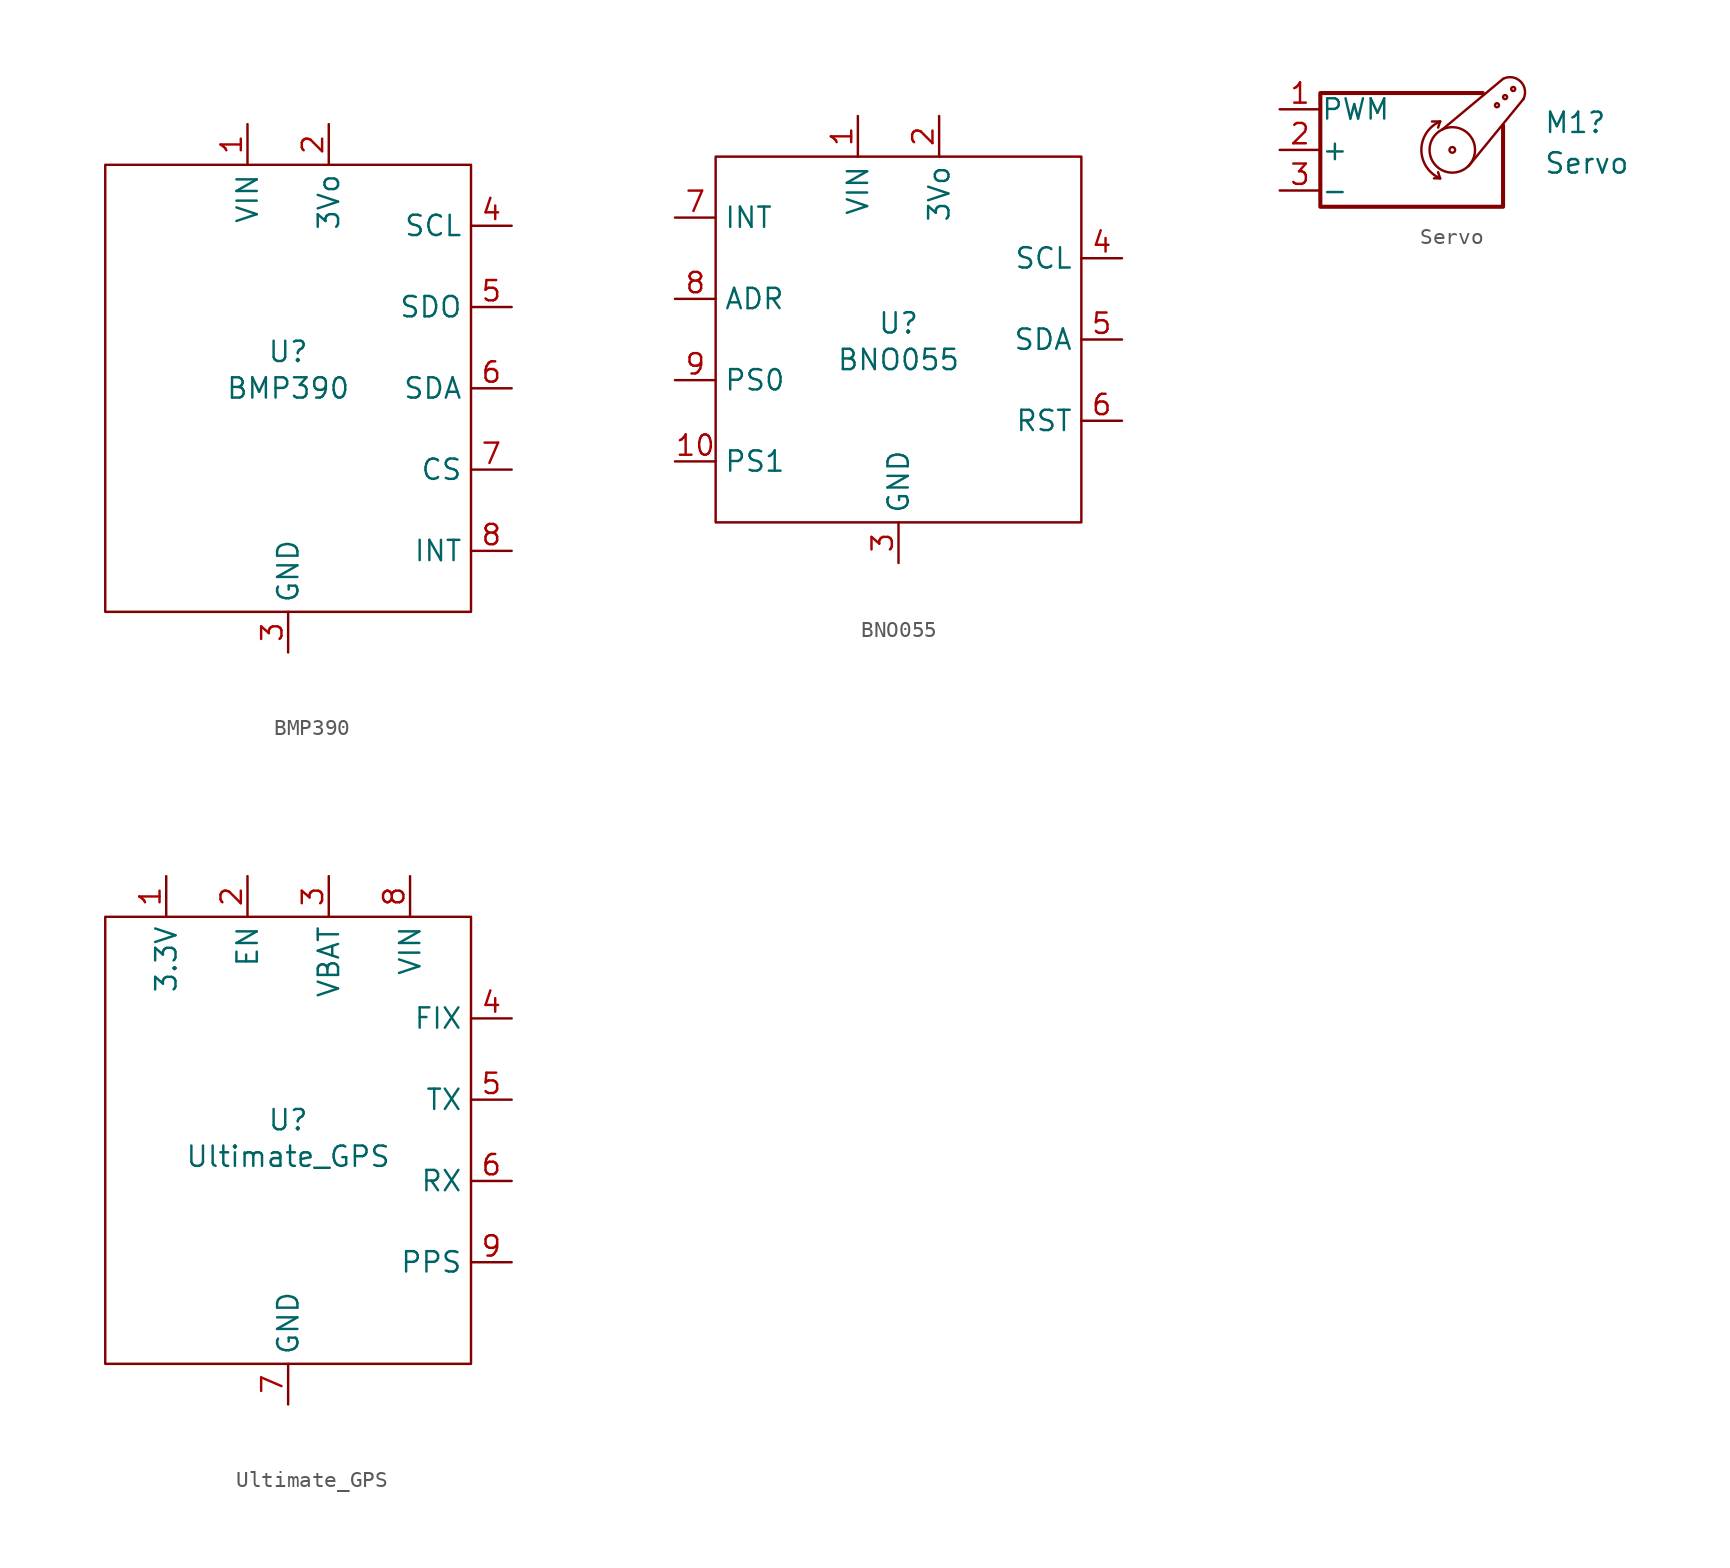
<source format=kicad_sym>
(kicad_symbol_lib
  (version 20241209)
  (generator "kicad_symbol_editor")
  (generator_version "9.0")
  (symbol "BMP390"
    (property "Reference" "U"
      (at 0 2.286 0)
      (effects (font (size 1.27 1.27))))
    (property "Value" "BMP390"
      (at 0 0 0)
      (effects (font (size 1.27 1.27))))
    (symbol "BMP390_0_1"
      (rectangle (start -11.43 13.97) (end 11.43 -13.97) (stroke (width 0) (type default)) (fill (type none))))
    (symbol "BMP390_1_1"
      (pin power_in line (at -2.54 16.51 270) (length 2.54) (name "VIN" (effects (font (size 1.27 1.27)))) (number "1" (effects (font (size 1.27 1.27)))))
      (pin power_in line (at 0 -16.51 90) (length 2.54) (name "GND" (effects (font (size 1.27 1.27)))) (number "3" (effects (font (size 1.27 1.27)))))
      (pin power_out line (at 2.54 16.51 270) (length 2.54) (name "3Vo" (effects (font (size 1.27 1.27)))) (number "2" (effects (font (size 1.27 1.27)))))
      (pin input line (at 13.97 10.16 180) (length 2.54) (name "SCL" (effects (font (size 1.27 1.27)))) (number "4" (effects (font (size 1.27 1.27)))))
      (pin input line (at 13.97 5.08 180) (length 2.54) (name "SDO" (effects (font (size 1.27 1.27)))) (number "5" (effects (font (size 1.27 1.27)))))
      (pin input line (at 13.97 0 180) (length 2.54) (name "SDA" (effects (font (size 1.27 1.27)))) (number "6" (effects (font (size 1.27 1.27)))))
      (pin input line (at 13.97 -5.08 180) (length 2.54) (name "CS" (effects (font (size 1.27 1.27)))) (number "7" (effects (font (size 1.27 1.27)))))
      (pin input line (at 13.97 -10.16 180) (length 2.54) (name "INT" (effects (font (size 1.27 1.27)))) (number "8" (effects (font (size 1.27 1.27)))))))
  (symbol "BNO055"
    (property "Reference" "U"
      (at 0 1.016 0)
      (effects (font (size 1.27 1.27))))
    (property "Value" "BNO055"
      (at 0 -1.27 0)
      (effects (font (size 1.27 1.27))))
    (symbol "BNO055_0_1"
      (rectangle (start -11.43 11.43) (end 11.43 -11.43) (stroke (width 0) (type default)) (fill (type none))))
    (symbol "BNO055_1_1"
      (pin bidirectional line (at -13.97 7.62 0) (length 2.54) (name "INT" (effects (font (size 1.27 1.27)))) (number "7" (effects (font (size 1.27 1.27)))))
      (pin bidirectional line (at -13.97 2.54 0) (length 2.54) (name "ADR" (effects (font (size 1.27 1.27)))) (number "8" (effects (font (size 1.27 1.27)))))
      (pin bidirectional line (at -13.97 -2.54 0) (length 2.54) (name "PS0" (effects (font (size 1.27 1.27)))) (number "9" (effects (font (size 1.27 1.27)))))
      (pin bidirectional line (at -13.97 -7.62 0) (length 2.54) (name "PS1" (effects (font (size 1.27 1.27)))) (number "10" (effects (font (size 1.27 1.27)))))
      (pin power_in line (at -2.54 13.97 270) (length 2.54) (name "VIN" (effects (font (size 1.27 1.27)))) (number "1" (effects (font (size 1.27 1.27)))))
      (pin power_in line (at 0 -13.97 90) (length 2.54) (name "GND" (effects (font (size 1.27 1.27)))) (number "3" (effects (font (size 1.27 1.27)))))
      (pin power_out line (at 2.54 13.97 270) (length 2.54) (name "3Vo" (effects (font (size 1.27 1.27)))) (number "2" (effects (font (size 1.27 1.27)))))
      (pin bidirectional line (at 13.97 5.08 180) (length 2.54) (name "SCL" (effects (font (size 1.27 1.27)))) (number "4" (effects (font (size 1.27 1.27)))))
      (pin bidirectional line (at 13.97 0 180) (length 2.54) (name "SDA" (effects (font (size 1.27 1.27)))) (number "5" (effects (font (size 1.27 1.27)))))
      (pin bidirectional line (at 13.97 -5.08 180) (length 2.54) (name "RST" (effects (font (size 1.27 1.27)))) (number "6" (effects (font (size 1.27 1.27)))))))
  (symbol "Servo"
    (pin_names
      (offset 0.025))
    (property "Reference" "M1"
      (at 8.89 1.703 0)
      (effects (font (size 1.27 1.27)) (justify left)))
    (property "Value" "Servo"
      (at 8.89 -0.837 0)
      (effects (font (size 1.27 1.27)) (justify left)))
    (symbol "Servo_0_1"
      (polyline (pts (xy 2.413 1.778) (xy 1.905 1.778)) (stroke (width 0) (type default)) (fill (type none)))
      (polyline (pts (xy 2.413 1.778) (xy 2.286 1.397)) (stroke (width 0) (type default)) (fill (type none)))
      (polyline (pts (xy 2.413 -1.778) (xy 2.032 -1.778)) (stroke (width 0) (type default)) (fill (type none)))
      (polyline (pts (xy 2.413 -1.778) (xy 2.286 -1.397)) (stroke (width 0) (type default)) (fill (type none)))
      (arc (start 2.413 -1.778) (mid 1.2406 0) (end 2.413 1.778) (stroke (width 0) (type default)) (fill (type none)))
      (circle (center 3.175 0) (radius 0.178) (stroke (width 0) (type default)) (fill (type none)))
      (circle (center 3.175 0) (radius 1.422) (stroke (width 0) (type default)) (fill (type none)))
      (polyline (pts (xy 5.08 3.556) (xy -5.08 3.556) (xy -5.08 -3.556) (xy 6.35 -3.556) (xy 6.35 1.524)) (stroke (width 0.254) (type default)) (fill (type none)))
      (circle (center 5.969 2.794) (radius 0.127) (stroke (width 0) (type default)) (fill (type none)))
      (polyline (pts (xy 6.35 4.445) (xy 2.54 1.27)) (stroke (width 0) (type default)) (fill (type none)))
      (circle (center 6.477 3.302) (radius 0.127) (stroke (width 0) (type default)) (fill (type none)))
      (arc (start 6.35 4.445) (mid 7.4487 4.2737) (end 7.62 3.175) (stroke (width 0) (type default)) (fill (type none)))
      (circle (center 6.985 3.81) (radius 0.127) (stroke (width 0) (type default)) (fill (type none)))
      (polyline (pts (xy 7.62 3.175) (xy 4.191 -1.016)) (stroke (width 0) (type default)) (fill (type none))))
    (symbol "Servo_1_1"
      (pin passive line (at -7.62 2.54 0) (length 2.54) (name "PWM" (effects (font (size 1.27 1.27)))) (number "1" (effects (font (size 1.27 1.27)))))
      (pin passive line (at -7.62 0 0) (length 2.54) (name "+" (effects (font (size 1.27 1.27)))) (number "2" (effects (font (size 1.27 1.27)))))
      (pin passive line (at -7.62 -2.54 0) (length 2.54) (name "-" (effects (font (size 1.27 1.27)))) (number "3" (effects (font (size 1.27 1.27)))))))
  (symbol "Ultimate_GPS"
    (property "Reference" "U"
      (at 0 1.27 0)
      (effects (font (size 1.27 1.27))))
    (property "Value" "Ultimate_GPS"
      (at 0 -1.016 0)
      (effects (font (size 1.27 1.27))))
    (symbol "Ultimate_GPS_0_1"
      (rectangle (start -11.43 13.97) (end 11.43 -13.97) (stroke (width 0) (type default)) (fill (type none))))
    (symbol "Ultimate_GPS_1_1"
      (pin power_out line (at -7.62 16.51 270) (length 2.54) (name "3.3V" (effects (font (size 1.27 1.27)))) (number "1" (effects (font (size 1.27 1.27)))))
      (pin power_in line (at -2.54 16.51 270) (length 2.54) (name "EN" (effects (font (size 1.27 1.27)))) (number "2" (effects (font (size 1.27 1.27)))))
      (pin power_in line (at 0 -16.51 90) (length 2.54) (name "GND" (effects (font (size 1.27 1.27)))) (number "7" (effects (font (size 1.27 1.27)))))
      (pin power_in line (at 2.54 16.51 270) (length 2.54) (name "VBAT" (effects (font (size 1.27 1.27)))) (number "3" (effects (font (size 1.27 1.27)))))
      (pin power_in line (at 7.62 16.51 270) (length 2.54) (name "VIN" (effects (font (size 1.27 1.27)))) (number "8" (effects (font (size 1.27 1.27)))))
      (pin bidirectional line (at 13.97 7.62 180) (length 2.54) (name "FIX" (effects (font (size 1.27 1.27)))) (number "4" (effects (font (size 1.27 1.27)))))
      (pin bidirectional line (at 13.97 2.54 180) (length 2.54) (name "TX" (effects (font (size 1.27 1.27)))) (number "5" (effects (font (size 1.27 1.27)))))
      (pin bidirectional line (at 13.97 -2.54 180) (length 2.54) (name "RX" (effects (font (size 1.27 1.27)))) (number "6" (effects (font (size 1.27 1.27)))))
      (pin bidirectional line (at 13.97 -7.62 180) (length 2.54) (name "PPS" (effects (font (size 1.27 1.27)))) (number "9" (effects (font (size 1.27 1.27))))))))
</source>
